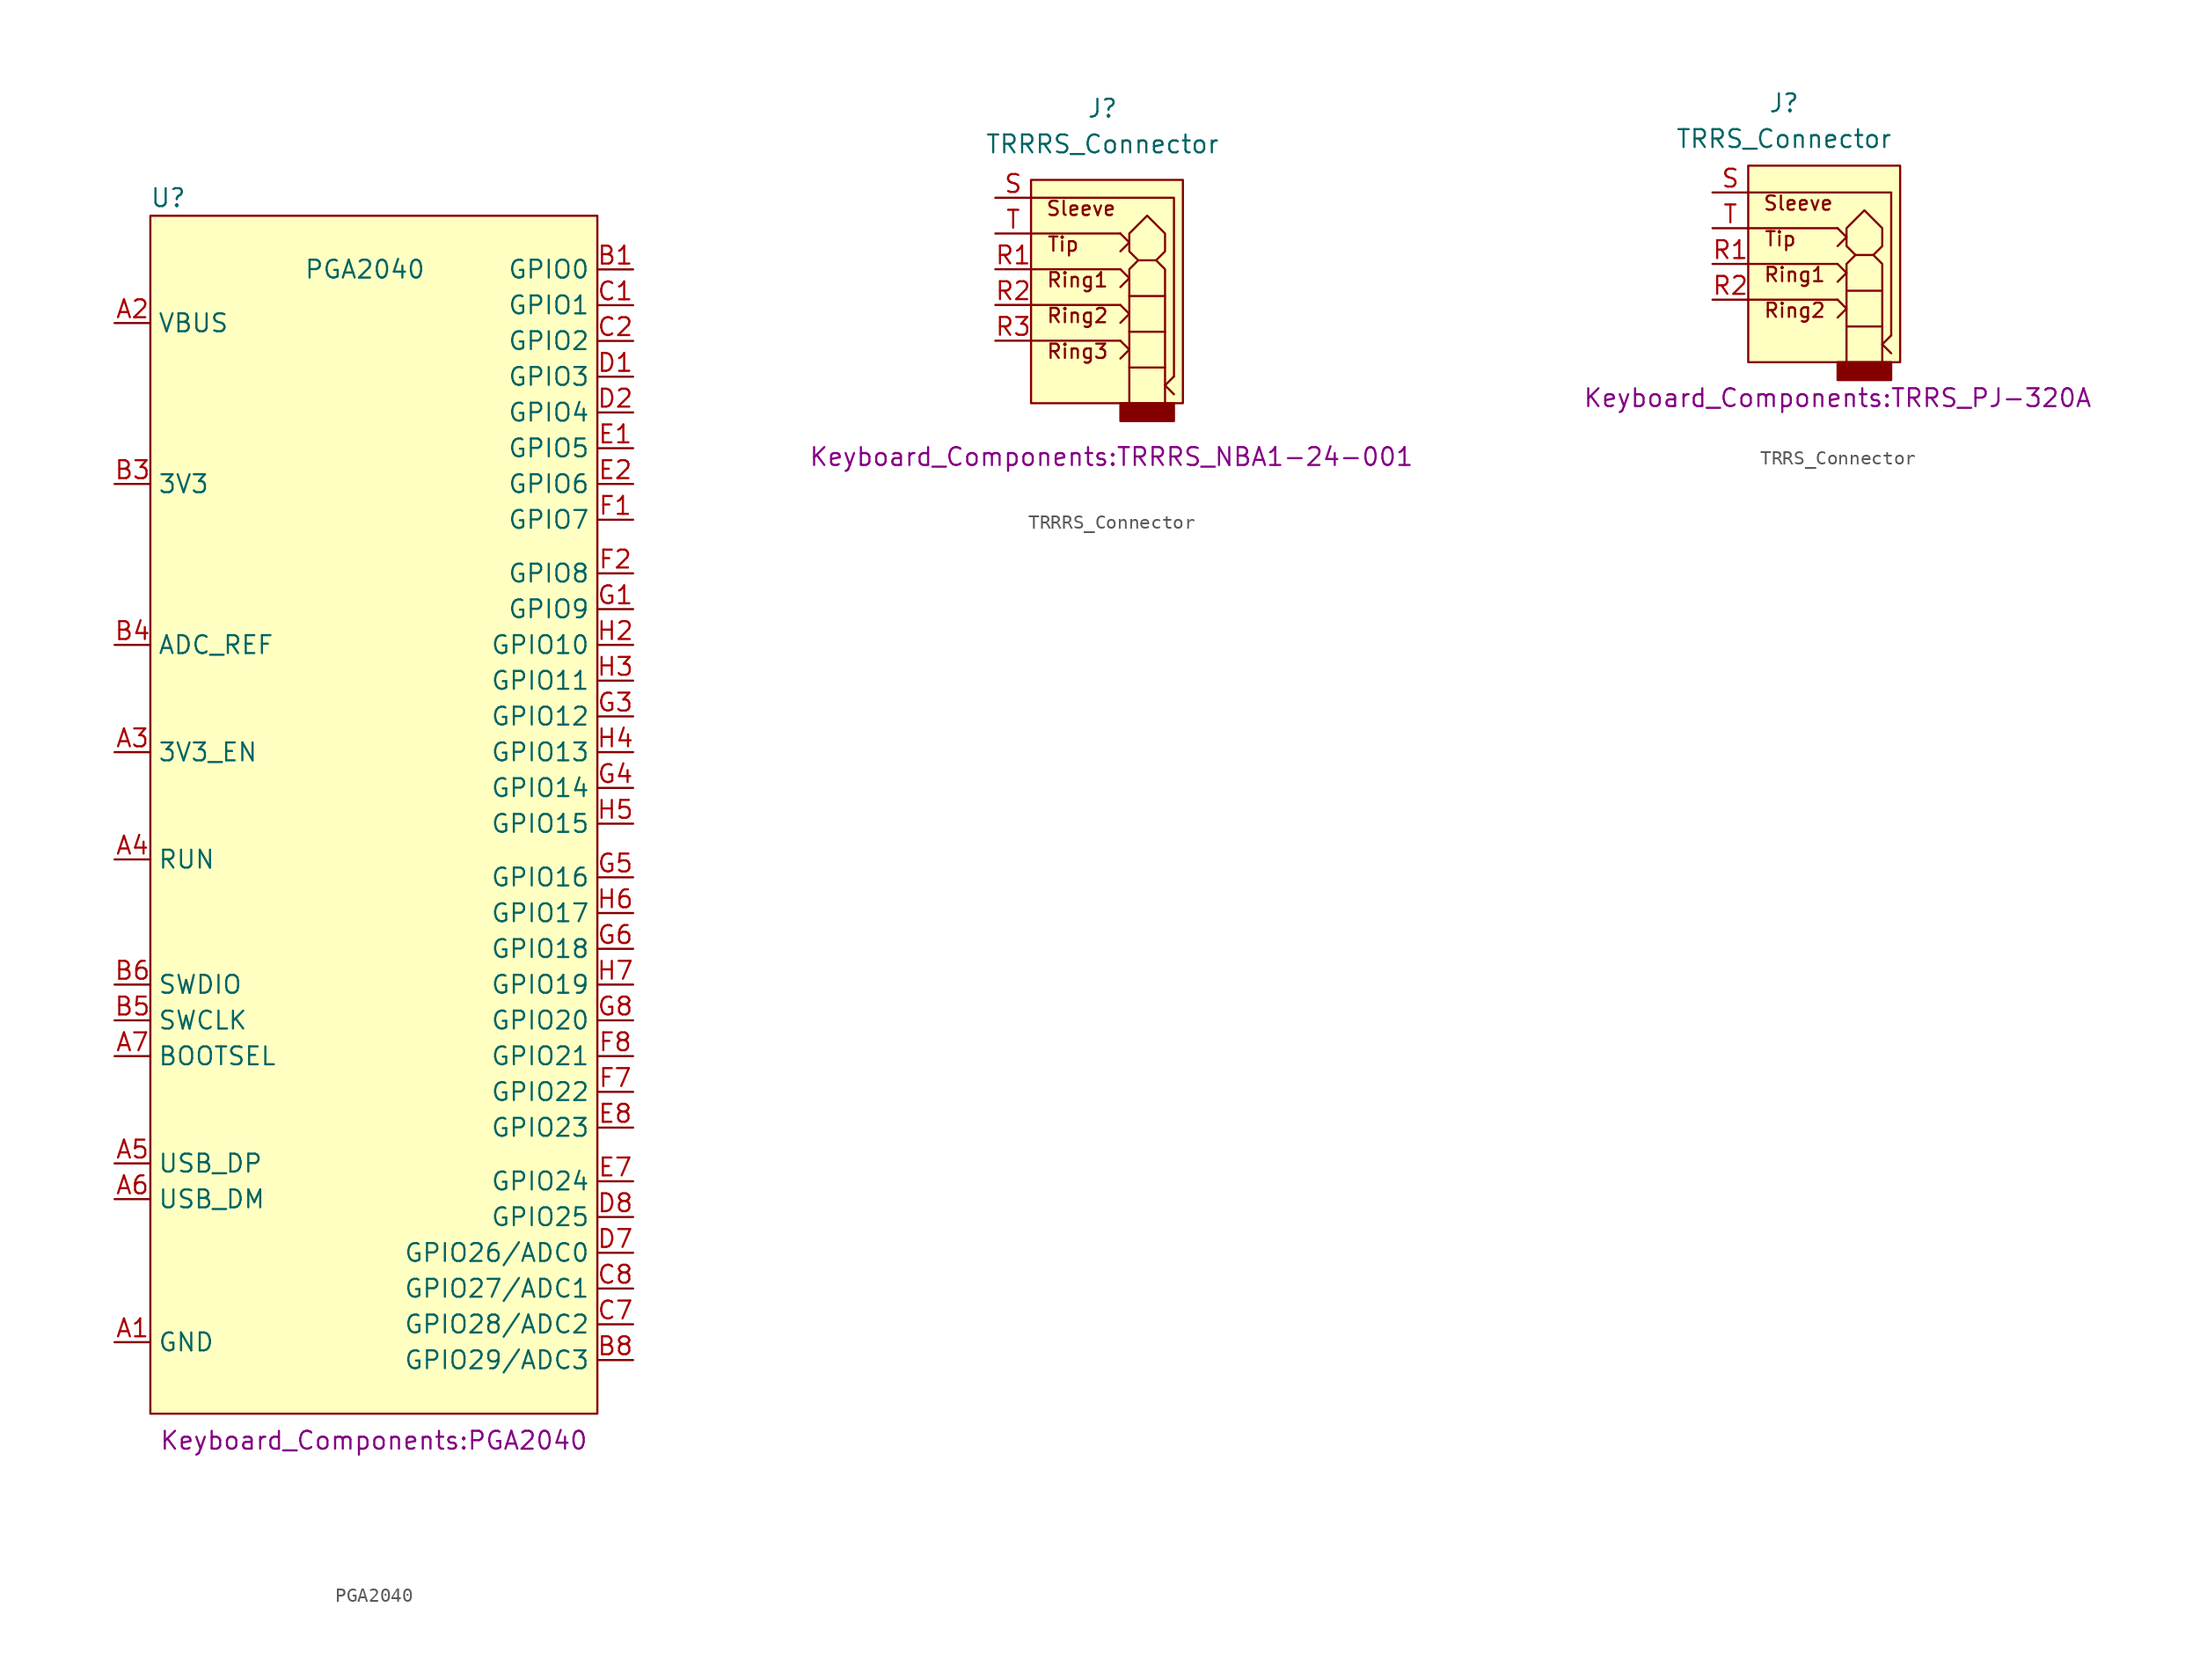
<source format=kicad_sym>
(kicad_symbol_lib
  (version 20211014)
  (generator kicad_symbol_editor)
  (symbol "PGA2040"
    (property "Reference" "U"
      (at -13.97 43.18 0)
      (effects (font (size 1.27 1.27))))
    (property "Value" "PGA2040"
      (at 0 38.1 0)
      (effects (font (size 1.27 1.27))))
    (property "Footprint" "Keyboard_Components:PGA2040"
      (at 0.635 -45.085 0)
      (effects (font (size 1.27 1.27))))
    (symbol "PGA2040_0_1"
      (rectangle (start -15.24 41.91) (end 16.51 -43.18) (stroke (width 0) (type default) (color 0 0 0 0)) (fill (type background))))
    (symbol "PGA2040_1_1"
      (pin input line (at -17.78 -38.1 0) (length 2.54) (name "GND" (effects (font (size 1.27 1.27)))) (number "A1" (effects (font (size 1.27 1.27)))))
      (pin input line (at -17.78 34.29 0) (length 2.54) (name "VBUS" (effects (font (size 1.27 1.27)))) (number "A2" (effects (font (size 1.27 1.27)))))
      (pin input line (at -17.78 3.81 0) (length 2.54) (name "3V3_EN" (effects (font (size 1.27 1.27)))) (number "A3" (effects (font (size 1.27 1.27)))))
      (pin input line (at -17.78 -3.81 0) (length 2.54) (name "RUN" (effects (font (size 1.27 1.27)))) (number "A4" (effects (font (size 1.27 1.27)))))
      (pin bidirectional line (at -17.78 -25.4 0) (length 2.54) (name "USB_DP" (effects (font (size 1.27 1.27)))) (number "A5" (effects (font (size 1.27 1.27)))))
      (pin bidirectional line (at -17.78 -27.94 0) (length 2.54) (name "USB_DM" (effects (font (size 1.27 1.27)))) (number "A6" (effects (font (size 1.27 1.27)))))
      (pin input line (at -17.78 -17.78 0) (length 2.54) (name "BOOTSEL" (effects (font (size 1.27 1.27)))) (number "A7" (effects (font (size 1.27 1.27)))))
      (pin input line (at -17.78 -38.1 0) (length 2.54) hide (name "GND" (effects (font (size 1.27 1.27)))) (number "A8" (effects (font (size 1.27 1.27)))))
      (pin bidirectional line (at 19.05 38.1 180) (length 2.54) (name "GPIO0" (effects (font (size 1.27 1.27)))) (number "B1" (effects (font (size 1.27 1.27)))))
      (pin input line (at -17.78 -38.1 0) (length 2.54) hide (name "GND" (effects (font (size 1.27 1.27)))) (number "B2" (effects (font (size 1.27 1.27)))))
      (pin output line (at -17.78 22.86 0) (length 2.54) (name "3V3" (effects (font (size 1.27 1.27)))) (number "B3" (effects (font (size 1.27 1.27)))))
      (pin input line (at -17.78 11.43 0) (length 2.54) (name "ADC_REF" (effects (font (size 1.27 1.27)))) (number "B4" (effects (font (size 1.27 1.27)))))
      (pin output line (at -17.78 -15.24 0) (length 2.54) (name "SWCLK" (effects (font (size 1.27 1.27)))) (number "B5" (effects (font (size 1.27 1.27)))))
      (pin bidirectional line (at -17.78 -12.7 0) (length 2.54) (name "SWDIO" (effects (font (size 1.27 1.27)))) (number "B6" (effects (font (size 1.27 1.27)))))
      (pin input line (at -17.78 -38.1 0) (length 2.54) hide (name "GND" (effects (font (size 1.27 1.27)))) (number "B7" (effects (font (size 1.27 1.27)))))
      (pin bidirectional line (at 19.05 -39.37 180) (length 2.54) (name "GPIO29/ADC3" (effects (font (size 1.27 1.27)))) (number "B8" (effects (font (size 1.27 1.27)))))
      (pin bidirectional line (at 19.05 35.56 180) (length 2.54) (name "GPIO1" (effects (font (size 1.27 1.27)))) (number "C1" (effects (font (size 1.27 1.27)))))
      (pin bidirectional line (at 19.05 33.02 180) (length 2.54) (name "GPIO2" (effects (font (size 1.27 1.27)))) (number "C2" (effects (font (size 1.27 1.27)))))
      (pin bidirectional line (at 19.05 -36.83 180) (length 2.54) (name "GPIO28/ADC2" (effects (font (size 1.27 1.27)))) (number "C7" (effects (font (size 1.27 1.27)))))
      (pin bidirectional line (at 19.05 -34.29 180) (length 2.54) (name "GPIO27/ADC1" (effects (font (size 1.27 1.27)))) (number "C8" (effects (font (size 1.27 1.27)))))
      (pin bidirectional line (at 19.05 30.48 180) (length 2.54) (name "GPIO3" (effects (font (size 1.27 1.27)))) (number "D1" (effects (font (size 1.27 1.27)))))
      (pin bidirectional line (at 19.05 27.94 180) (length 2.54) (name "GPIO4" (effects (font (size 1.27 1.27)))) (number "D2" (effects (font (size 1.27 1.27)))))
      (pin bidirectional line (at 19.05 -31.75 180) (length 2.54) (name "GPIO26/ADC0" (effects (font (size 1.27 1.27)))) (number "D7" (effects (font (size 1.27 1.27)))))
      (pin bidirectional line (at 19.05 -29.21 180) (length 2.54) (name "GPIO25" (effects (font (size 1.27 1.27)))) (number "D8" (effects (font (size 1.27 1.27)))))
      (pin bidirectional line (at 19.05 25.4 180) (length 2.54) (name "GPIO5" (effects (font (size 1.27 1.27)))) (number "E1" (effects (font (size 1.27 1.27)))))
      (pin bidirectional line (at 19.05 22.86 180) (length 2.54) (name "GPIO6" (effects (font (size 1.27 1.27)))) (number "E2" (effects (font (size 1.27 1.27)))))
      (pin bidirectional line (at 19.05 -26.67 180) (length 2.54) (name "GPIO24" (effects (font (size 1.27 1.27)))) (number "E7" (effects (font (size 1.27 1.27)))))
      (pin bidirectional line (at 19.05 -22.86 180) (length 2.54) (name "GPIO23" (effects (font (size 1.27 1.27)))) (number "E8" (effects (font (size 1.27 1.27)))))
      (pin bidirectional line (at 19.05 20.32 180) (length 2.54) (name "GPIO7" (effects (font (size 1.27 1.27)))) (number "F1" (effects (font (size 1.27 1.27)))))
      (pin bidirectional line (at 19.05 16.51 180) (length 2.54) (name "GPIO8" (effects (font (size 1.27 1.27)))) (number "F2" (effects (font (size 1.27 1.27)))))
      (pin bidirectional line (at 19.05 -20.32 180) (length 2.54) (name "GPIO22" (effects (font (size 1.27 1.27)))) (number "F7" (effects (font (size 1.27 1.27)))))
      (pin bidirectional line (at 19.05 -17.78 180) (length 2.54) (name "GPIO21" (effects (font (size 1.27 1.27)))) (number "F8" (effects (font (size 1.27 1.27)))))
      (pin bidirectional line (at 19.05 13.97 180) (length 2.54) (name "GPIO9" (effects (font (size 1.27 1.27)))) (number "G1" (effects (font (size 1.27 1.27)))))
      (pin input line (at -17.78 -38.1 0) (length 2.54) hide (name "GND" (effects (font (size 1.27 1.27)))) (number "G2" (effects (font (size 1.27 1.27)))))
      (pin bidirectional line (at 19.05 6.35 180) (length 2.54) (name "GPIO12" (effects (font (size 1.27 1.27)))) (number "G3" (effects (font (size 1.27 1.27)))))
      (pin bidirectional line (at 19.05 1.27 180) (length 2.54) (name "GPIO14" (effects (font (size 1.27 1.27)))) (number "G4" (effects (font (size 1.27 1.27)))))
      (pin bidirectional line (at 19.05 -5.08 180) (length 2.54) (name "GPIO16" (effects (font (size 1.27 1.27)))) (number "G5" (effects (font (size 1.27 1.27)))))
      (pin bidirectional line (at 19.05 -10.16 180) (length 2.54) (name "GPIO18" (effects (font (size 1.27 1.27)))) (number "G6" (effects (font (size 1.27 1.27)))))
      (pin input line (at -17.78 -38.1 0) (length 2.54) hide (name "GND" (effects (font (size 1.27 1.27)))) (number "G7" (effects (font (size 1.27 1.27)))))
      (pin bidirectional line (at 19.05 -15.24 180) (length 2.54) (name "GPIO20" (effects (font (size 1.27 1.27)))) (number "G8" (effects (font (size 1.27 1.27)))))
      (pin input line (at -17.78 -38.1 0) (length 2.54) hide (name "GND" (effects (font (size 1.27 1.27)))) (number "H1" (effects (font (size 1.27 1.27)))))
      (pin bidirectional line (at 19.05 11.43 180) (length 2.54) (name "GPIO10" (effects (font (size 1.27 1.27)))) (number "H2" (effects (font (size 1.27 1.27)))))
      (pin bidirectional line (at 19.05 8.89 180) (length 2.54) (name "GPIO11" (effects (font (size 1.27 1.27)))) (number "H3" (effects (font (size 1.27 1.27)))))
      (pin bidirectional line (at 19.05 3.81 180) (length 2.54) (name "GPIO13" (effects (font (size 1.27 1.27)))) (number "H4" (effects (font (size 1.27 1.27)))))
      (pin bidirectional line (at 19.05 -1.27 180) (length 2.54) (name "GPIO15" (effects (font (size 1.27 1.27)))) (number "H5" (effects (font (size 1.27 1.27)))))
      (pin bidirectional line (at 19.05 -7.62 180) (length 2.54) (name "GPIO17" (effects (font (size 1.27 1.27)))) (number "H6" (effects (font (size 1.27 1.27)))))
      (pin bidirectional line (at 19.05 -12.7 180) (length 2.54) (name "GPIO19" (effects (font (size 1.27 1.27)))) (number "H7" (effects (font (size 1.27 1.27)))))
      (pin input line (at -17.78 -38.1 0) (length 2.54) hide (name "GND" (effects (font (size 1.27 1.27)))) (number "H8" (effects (font (size 1.27 1.27)))))))
  (symbol "TRRRS_Connector"
    (property "Reference" "J"
      (at 5.08 8.89 0)
      (effects (font (size 1.27 1.27))))
    (property "Value" "TRRRS_Connector"
      (at 5.08 6.35 0)
      (effects (font (size 1.27 1.27))))
    (property "Footprint" "Keyboard_Components:TRRRS_NBA1-24-001"
      (at 5.715 -15.875 0)
      (effects (font (size 1.27 1.27))))
    (symbol "TRRRS_Connector_0_0"
      (text "Ring1" (at 3.302 -3.302 0) (effects (font (size 1.016 1.016))))
      (text "Ring2" (at 3.302 -5.842 0) (effects (font (size 1.016 1.016))))
      (text "Ring3" (at 3.302 -8.382 0) (effects (font (size 1.016 1.016))))
      (text "Sleeve" (at 3.556 1.778 0) (effects (font (size 1.016 1.016))))
      (text "Tip" (at 2.286 -0.762 0) (effects (font (size 1.016 1.016)))))
    (symbol "TRRRS_Connector_0_1"
      (polyline (pts (xy 0 -2.54) (xy 6.35 -2.54)) (stroke (width 0) (type default) (color 0 0 0 0)) (fill (type none)))
      (polyline (pts (xy 0 0) (xy 6.35 0)) (stroke (width 0) (type default) (color 0 0 0 0)) (fill (type none)))
      (polyline (pts (xy 6.35 -7.62) (xy 0 -7.62)) (stroke (width 0) (type default) (color 0 0 0 0)) (fill (type none)))
      (polyline (pts (xy 6.35 -5.08) (xy 0 -5.08)) (stroke (width 0) (type default) (color 0 0 0 0)) (fill (type none)))
      (polyline (pts (xy 6.985 -9.525) (xy 9.525 -9.525)) (stroke (width 0) (type default) (color 0 0 0 0)) (fill (type none)))
      (polyline (pts (xy 6.985 -6.985) (xy 9.525 -6.985)) (stroke (width 0) (type default) (color 0 0 0 0)) (fill (type none)))
      (polyline (pts (xy 6.985 -4.445) (xy 9.525 -4.445)) (stroke (width 0) (type default) (color 0 0 0 0)) (fill (type none)))
      (polyline (pts (xy 7.62 -1.905) (xy 8.89 -1.905)) (stroke (width 0) (type default) (color 0 0 0 0)) (fill (type none)))
      (polyline (pts (xy 0 2.54) (xy 10.16 2.54) (xy 10.16 -10.16)) (stroke (width 0) (type default) (color 0 0 0 0)) (fill (type none)))
      (polyline (pts (xy 6.35 -8.89) (xy 6.985 -8.255) (xy 6.35 -7.62)) (stroke (width 0) (type default) (color 0 0 0 0)) (fill (type none)))
      (polyline (pts (xy 6.35 -6.35) (xy 6.985 -5.715) (xy 6.35 -5.08)) (stroke (width 0) (type default) (color 0 0 0 0)) (fill (type none)))
      (polyline (pts (xy 6.35 -3.81) (xy 6.985 -3.175) (xy 6.35 -2.54)) (stroke (width 0) (type default) (color 0 0 0 0)) (fill (type none)))
      (polyline (pts (xy 6.35 -1.27) (xy 6.985 -0.635) (xy 6.35 0)) (stroke (width 0) (type default) (color 0 0 0 0)) (fill (type none)))
      (polyline (pts (xy 10.16 -11.43) (xy 9.525 -10.795) (xy 10.16 -10.16)) (stroke (width 0) (type default) (color 0 0 0 0)) (fill (type none)))
      (polyline (pts (xy 6.985 -12.065) (xy 6.985 -2.54) (xy 7.62 -1.905) (xy 6.985 -1.27) (xy 6.985 0) (xy 8.255 1.27) (xy 9.525 0) (xy 9.525 -1.27) (xy 8.89 -1.905) (xy 9.525 -2.54) (xy 9.525 -12.065)) (stroke (width 0) (type default) (color 0 0 0 0)) (fill (type none)))
      (rectangle (start 0 3.81) (end 10.795 -12.065) (stroke (width 0) (type default) (color 0 0 0 0)) (fill (type background)))
      (rectangle (start 6.35 -12.065) (end 10.16 -13.335) (stroke (width 0) (type default) (color 0 0 0 0)) (fill (type outline))))
    (symbol "TRRRS_Connector_1_1"
      (pin input line (at -2.54 -2.54 0) (length 2.54) (name "" (effects (font (size 1.27 1.27)))) (number "R1" (effects (font (size 1.27 1.27)))))
      (pin input line (at -2.54 -5.08 0) (length 2.54) (name "" (effects (font (size 1.27 1.27)))) (number "R2" (effects (font (size 1.27 1.27)))))
      (pin input line (at -2.54 -7.62 0) (length 2.54) (name "" (effects (font (size 1.27 1.27)))) (number "R3" (effects (font (size 1.27 1.27)))))
      (pin input line (at -2.54 2.54 0) (length 2.54) (name "" (effects (font (size 1.27 1.27)))) (number "S" (effects (font (size 1.27 1.27)))))
      (pin input line (at -2.54 0 0) (length 2.54) (name "" (effects (font (size 1.27 1.27)))) (number "T" (effects (font (size 1.27 1.27)))))))
  (symbol "TRRS_Connector"
    (property "Reference" "J"
      (at 2.54 10.16 0)
      (effects (font (size 1.27 1.27))))
    (property "Value" "TRRS_Connector"
      (at 2.54 7.62 0)
      (effects (font (size 1.27 1.27))))
    (property "Footprint" "Keyboard_Components:TRRS_PJ-320A"
      (at 6.35 -10.795 0)
      (effects (font (size 1.27 1.27))))
    (symbol "TRRS_Connector_0_0"
      (text "Ring1" (at 3.302 -2.032 0) (effects (font (size 1.016 1.016))))
      (text "Ring2" (at 3.302 -4.572 0) (effects (font (size 1.016 1.016))))
      (text "Sleeve" (at 3.556 3.048 0) (effects (font (size 1.016 1.016))))
      (text "Tip" (at 2.286 0.508 0) (effects (font (size 1.016 1.016)))))
    (symbol "TRRS_Connector_0_1"
      (polyline (pts (xy 0 -1.27) (xy 6.35 -1.27)) (stroke (width 0) (type default) (color 0 0 0 0)) (fill (type none)))
      (polyline (pts (xy 0 1.27) (xy 6.35 1.27)) (stroke (width 0) (type default) (color 0 0 0 0)) (fill (type none)))
      (polyline (pts (xy 6.35 -3.81) (xy 0 -3.81)) (stroke (width 0) (type default) (color 0 0 0 0)) (fill (type none)))
      (polyline (pts (xy 6.985 -5.715) (xy 9.525 -5.715)) (stroke (width 0) (type default) (color 0 0 0 0)) (fill (type none)))
      (polyline (pts (xy 6.985 -3.175) (xy 9.525 -3.175)) (stroke (width 0) (type default) (color 0 0 0 0)) (fill (type none)))
      (polyline (pts (xy 7.62 -0.635) (xy 8.89 -0.635)) (stroke (width 0) (type default) (color 0 0 0 0)) (fill (type none)))
      (polyline (pts (xy 0 3.81) (xy 10.16 3.81) (xy 10.16 -6.35)) (stroke (width 0) (type default) (color 0 0 0 0)) (fill (type none)))
      (polyline (pts (xy 6.35 -5.08) (xy 6.985 -4.445) (xy 6.35 -3.81)) (stroke (width 0) (type default) (color 0 0 0 0)) (fill (type none)))
      (polyline (pts (xy 6.35 -2.54) (xy 6.985 -1.905) (xy 6.35 -1.27)) (stroke (width 0) (type default) (color 0 0 0 0)) (fill (type none)))
      (polyline (pts (xy 6.35 0) (xy 6.985 0.635) (xy 6.35 1.27)) (stroke (width 0) (type default) (color 0 0 0 0)) (fill (type none)))
      (polyline (pts (xy 10.16 -7.62) (xy 9.525 -6.985) (xy 10.16 -6.35)) (stroke (width 0) (type default) (color 0 0 0 0)) (fill (type none)))
      (polyline (pts (xy 6.985 -8.89) (xy 6.985 -1.27) (xy 7.62 -0.635) (xy 6.985 0) (xy 6.985 1.27) (xy 8.255 2.54) (xy 9.525 1.27) (xy 9.525 0) (xy 8.89 -0.635) (xy 9.525 -1.27) (xy 9.525 -8.89)) (stroke (width 0) (type default) (color 0 0 0 0)) (fill (type none)))
      (rectangle (start 0 5.715) (end 10.795 -8.255) (stroke (width 0) (type default) (color 0 0 0 0)) (fill (type background)))
      (rectangle (start 6.35 -8.255) (end 10.16 -9.525) (stroke (width 0) (type default) (color 0 0 0 0)) (fill (type outline))))
    (symbol "TRRS_Connector_1_1"
      (pin input line (at -2.54 -1.27 0) (length 2.54) (name "" (effects (font (size 1.27 1.27)))) (number "R1" (effects (font (size 1.27 1.27)))))
      (pin input line (at -2.54 -3.81 0) (length 2.54) (name "" (effects (font (size 1.27 1.27)))) (number "R2" (effects (font (size 1.27 1.27)))))
      (pin input line (at -2.54 3.81 0) (length 2.54) (name "" (effects (font (size 1.27 1.27)))) (number "S" (effects (font (size 1.27 1.27)))))
      (pin input line (at -2.54 1.27 0) (length 2.54) (name "" (effects (font (size 1.27 1.27)))) (number "T" (effects (font (size 1.27 1.27))))))))
</source>
